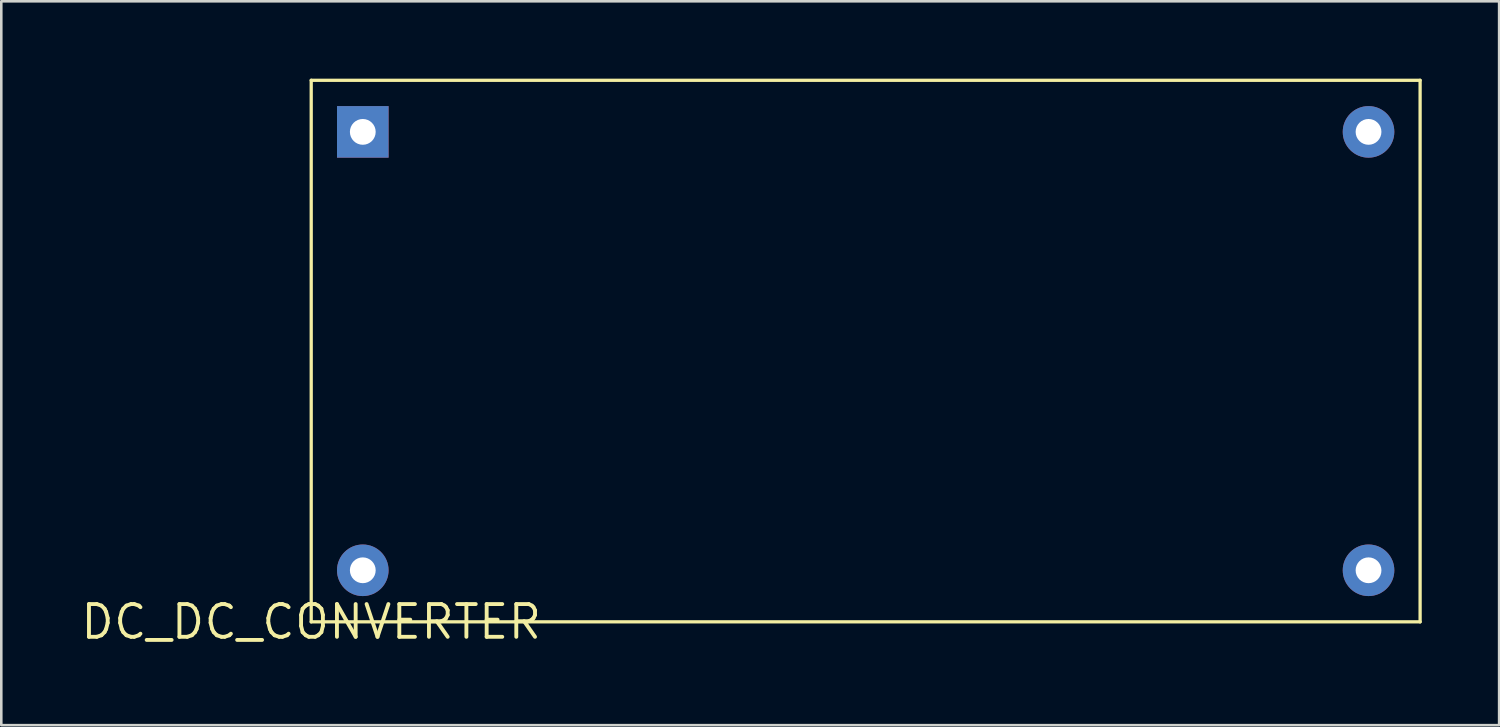
<source format=kicad_pcb>
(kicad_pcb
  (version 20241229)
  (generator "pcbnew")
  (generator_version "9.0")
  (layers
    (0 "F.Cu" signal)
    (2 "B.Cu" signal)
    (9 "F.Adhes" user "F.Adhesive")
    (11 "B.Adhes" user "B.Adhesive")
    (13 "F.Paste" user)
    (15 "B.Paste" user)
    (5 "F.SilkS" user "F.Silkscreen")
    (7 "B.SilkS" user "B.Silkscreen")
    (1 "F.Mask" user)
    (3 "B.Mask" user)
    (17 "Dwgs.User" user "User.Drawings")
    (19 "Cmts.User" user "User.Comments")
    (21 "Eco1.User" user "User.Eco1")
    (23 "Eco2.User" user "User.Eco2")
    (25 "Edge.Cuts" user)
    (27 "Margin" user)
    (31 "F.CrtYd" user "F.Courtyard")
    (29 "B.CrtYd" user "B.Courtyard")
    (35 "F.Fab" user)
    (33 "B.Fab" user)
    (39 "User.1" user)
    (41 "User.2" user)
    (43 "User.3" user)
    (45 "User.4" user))
  (footprint "DC_DC_CONVERTER"
    (layer "F.Cu")
    (at 9.018 21.064)
    (property "Reference" "DC_DC_CONVERTER" (at 0 0 0) (layer "F.SilkS") (effects (font (size 1.27 1.27) (thickness 0.15))))
    (fp_line (start 0 -21) (end 43 -21) (stroke (width 0.127) (type solid)) (layer "F.SilkS"))
    (fp_line (start 0 0) (end 0 -21) (stroke (width 0.127) (type solid)) (layer "F.SilkS"))
    (fp_line (start 43 -21) (end 43 0) (stroke (width 0.127) (type solid)) (layer "F.SilkS"))
    (fp_line (start 43 0) (end 0 0) (stroke (width 0.127) (type solid)) (layer "F.SilkS"))
    (pad "IN+" thru_hole rect (at 2 -19) (size 2 2) (drill 1) (layers "*.Cu" "*.Mask"))
    (pad "IN-" thru_hole circle (at 2 -2) (size 2 2) (drill 1) (layers "*.Cu" "*.Mask"))
    (pad "OUT+" thru_hole circle (at 41 -19) (size 2 2) (drill 1) (layers "*.Cu" "*.Mask"))
    (pad "OUT-" thru_hole circle (at 41 -2) (size 2 2) (drill 1) (layers "*.Cu" "*.Mask")))
  (gr_rect
    (start -3 -3)
    (end 55.082 25.07)
    (stroke (width 0.1) (type default))
    (fill no)
    (layer "Edge.Cuts")))
</source>
